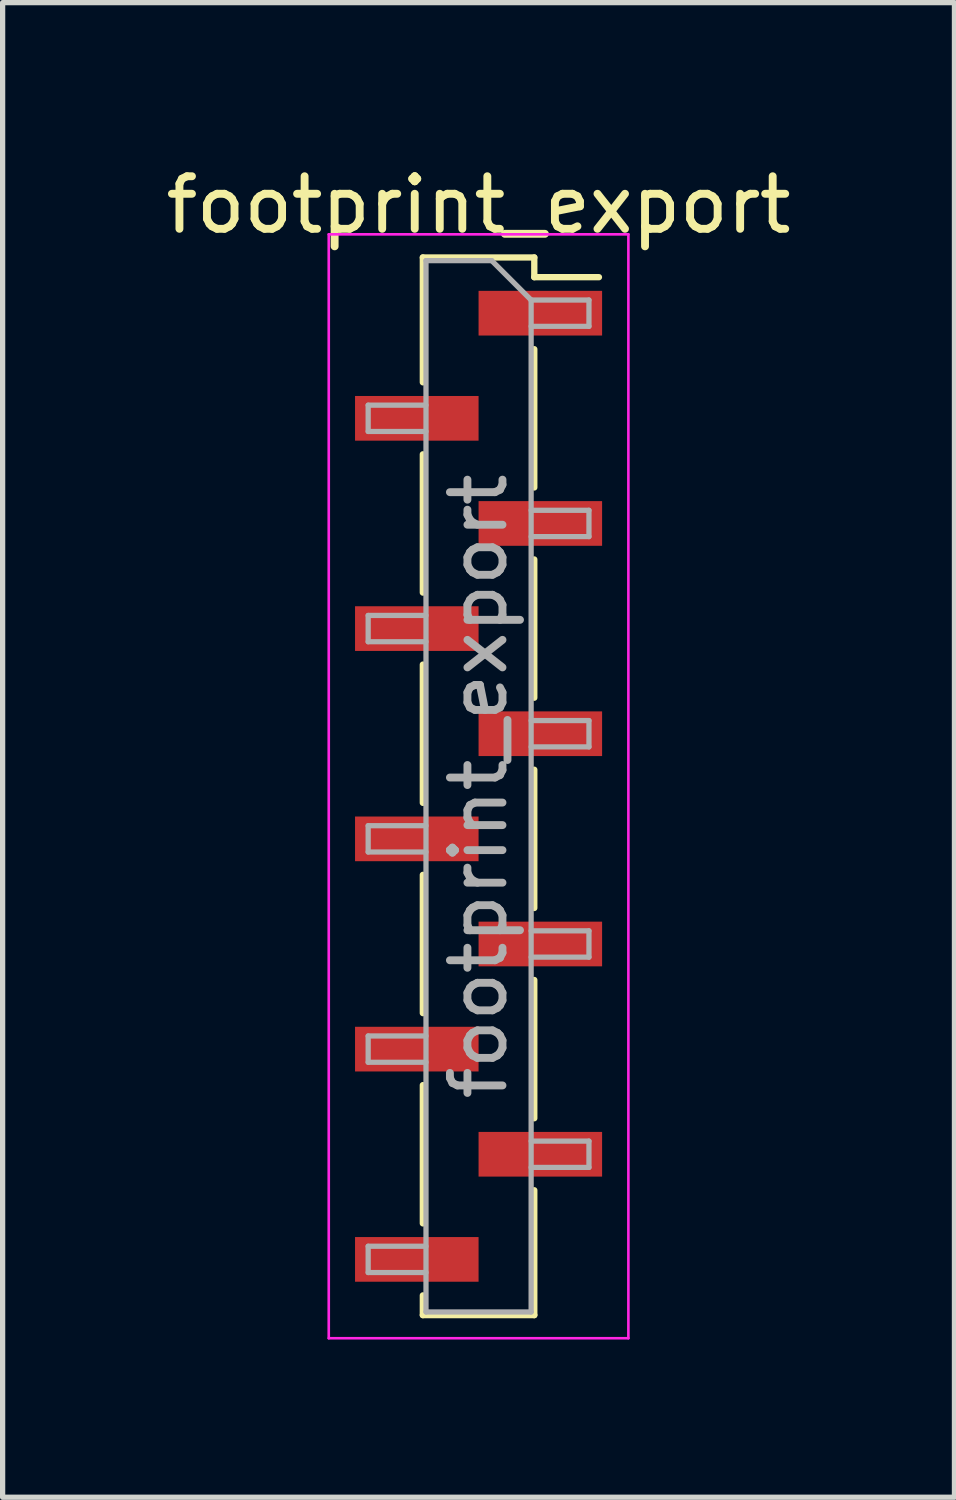
<source format=kicad_pcb>
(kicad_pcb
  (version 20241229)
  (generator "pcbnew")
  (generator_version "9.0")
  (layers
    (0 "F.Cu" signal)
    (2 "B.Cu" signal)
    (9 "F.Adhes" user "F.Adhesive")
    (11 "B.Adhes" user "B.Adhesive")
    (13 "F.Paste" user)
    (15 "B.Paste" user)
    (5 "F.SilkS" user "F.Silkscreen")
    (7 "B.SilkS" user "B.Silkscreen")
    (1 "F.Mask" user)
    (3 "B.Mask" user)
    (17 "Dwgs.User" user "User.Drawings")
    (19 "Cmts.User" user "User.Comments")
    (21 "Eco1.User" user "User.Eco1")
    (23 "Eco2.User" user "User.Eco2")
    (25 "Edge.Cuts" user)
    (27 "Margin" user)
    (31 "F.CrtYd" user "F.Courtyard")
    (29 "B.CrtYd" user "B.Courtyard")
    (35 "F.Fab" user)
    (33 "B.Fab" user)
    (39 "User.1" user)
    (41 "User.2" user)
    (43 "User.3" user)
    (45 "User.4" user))
  (footprint "footprint_export"
    (layer "F.Cu")
    (at 6.054 11.908)
    (property "Reference" "footprint_export" (at 0 -11.06 0) (layer "F.SilkS") (effects (font (size 1 1) (thickness 0.15))))
    (attr smd)
    (fp_line (start -1.06 -10.06) (end -1.06 -7.685) (stroke (width 0.12) (type solid)) (layer "F.SilkS"))
    (fp_line (start -1.06 -10.06) (end 1.06 -10.06) (stroke (width 0.12) (type solid)) (layer "F.SilkS"))
    (fp_line (start -1.06 -6.315) (end -1.06 -3.685) (stroke (width 0.12) (type solid)) (layer "F.SilkS"))
    (fp_line (start -1.06 -2.315) (end -1.06 0.315) (stroke (width 0.12) (type solid)) (layer "F.SilkS"))
    (fp_line (start -1.06 1.685) (end -1.06 4.315) (stroke (width 0.12) (type solid)) (layer "F.SilkS"))
    (fp_line (start -1.06 5.685) (end -1.06 8.315) (stroke (width 0.12) (type solid)) (layer "F.SilkS"))
    (fp_line (start -1.06 9.685) (end -1.06 10.06) (stroke (width 0.12) (type solid)) (layer "F.SilkS"))
    (fp_line (start -1.06 10.06) (end 1.06 10.06) (stroke (width 0.12) (type solid)) (layer "F.SilkS"))
    (fp_line (start 1.06 -10.06) (end 1.06 -9.685) (stroke (width 0.12) (type solid)) (layer "F.SilkS"))
    (fp_line (start 1.06 -9.685) (end 2.29 -9.685) (stroke (width 0.12) (type solid)) (layer "F.SilkS"))
    (fp_line (start 1.06 -8.315) (end 1.06 -5.685) (stroke (width 0.12) (type solid)) (layer "F.SilkS"))
    (fp_line (start 1.06 -4.315) (end 1.06 -1.685) (stroke (width 0.12) (type solid)) (layer "F.SilkS"))
    (fp_line (start 1.06 -0.315) (end 1.06 2.315) (stroke (width 0.12) (type solid)) (layer "F.SilkS"))
    (fp_line (start 1.06 3.685) (end 1.06 6.315) (stroke (width 0.12) (type solid)) (layer "F.SilkS"))
    (fp_line (start 1.06 7.685) (end 1.06 10.06) (stroke (width 0.12) (type solid)) (layer "F.SilkS"))
    (fp_line (start -2.85 -10.5) (end -2.85 10.5) (stroke (width 0.05) (type solid)) (layer "F.CrtYd"))
    (fp_line (start -2.85 10.5) (end 2.85 10.5) (stroke (width 0.05) (type solid)) (layer "F.CrtYd"))
    (fp_line (start 2.85 -10.5) (end -2.85 -10.5) (stroke (width 0.05) (type solid)) (layer "F.CrtYd"))
    (fp_line (start 2.85 10.5) (end 2.85 -10.5) (stroke (width 0.05) (type solid)) (layer "F.CrtYd"))
    (fp_line (start -2.1 -7.25) (end -2.1 -6.75) (stroke (width 0.1) (type solid)) (layer "F.Fab"))
    (fp_line (start -2.1 -6.75) (end -1 -6.75) (stroke (width 0.1) (type solid)) (layer "F.Fab"))
    (fp_line (start -2.1 -3.25) (end -2.1 -2.75) (stroke (width 0.1) (type solid)) (layer "F.Fab"))
    (fp_line (start -2.1 -2.75) (end -1 -2.75) (stroke (width 0.1) (type solid)) (layer "F.Fab"))
    (fp_line (start -2.1 0.75) (end -2.1 1.25) (stroke (width 0.1) (type solid)) (layer "F.Fab"))
    (fp_line (start -2.1 1.25) (end -1 1.25) (stroke (width 0.1) (type solid)) (layer "F.Fab"))
    (fp_line (start -2.1 4.75) (end -2.1 5.25) (stroke (width 0.1) (type solid)) (layer "F.Fab"))
    (fp_line (start -2.1 5.25) (end -1 5.25) (stroke (width 0.1) (type solid)) (layer "F.Fab"))
    (fp_line (start -2.1 8.75) (end -2.1 9.25) (stroke (width 0.1) (type solid)) (layer "F.Fab"))
    (fp_line (start -2.1 9.25) (end -1 9.25) (stroke (width 0.1) (type solid)) (layer "F.Fab"))
    (fp_line (start -1 -10) (end -1 10) (stroke (width 0.1) (type solid)) (layer "F.Fab"))
    (fp_line (start -1 -10) (end 0.25 -10) (stroke (width 0.1) (type solid)) (layer "F.Fab"))
    (fp_line (start -1 -7.25) (end -2.1 -7.25) (stroke (width 0.1) (type solid)) (layer "F.Fab"))
    (fp_line (start -1 -3.25) (end -2.1 -3.25) (stroke (width 0.1) (type solid)) (layer "F.Fab"))
    (fp_line (start -1 0.75) (end -2.1 0.75) (stroke (width 0.1) (type solid)) (layer "F.Fab"))
    (fp_line (start -1 4.75) (end -2.1 4.75) (stroke (width 0.1) (type solid)) (layer "F.Fab"))
    (fp_line (start -1 8.75) (end -2.1 8.75) (stroke (width 0.1) (type solid)) (layer "F.Fab"))
    (fp_line (start 1 -9.25) (end 0.25 -10) (stroke (width 0.1) (type solid)) (layer "F.Fab"))
    (fp_line (start 1 -9.25) (end 2.1 -9.25) (stroke (width 0.1) (type solid)) (layer "F.Fab"))
    (fp_line (start 1 -5.25) (end 2.1 -5.25) (stroke (width 0.1) (type solid)) (layer "F.Fab"))
    (fp_line (start 1 -1.25) (end 2.1 -1.25) (stroke (width 0.1) (type solid)) (layer "F.Fab"))
    (fp_line (start 1 2.75) (end 2.1 2.75) (stroke (width 0.1) (type solid)) (layer "F.Fab"))
    (fp_line (start 1 6.75) (end 2.1 6.75) (stroke (width 0.1) (type solid)) (layer "F.Fab"))
    (fp_line (start 1 10) (end -1 10) (stroke (width 0.1) (type solid)) (layer "F.Fab"))
    (fp_line (start 1 10) (end 1 -9.25) (stroke (width 0.1) (type solid)) (layer "F.Fab"))
    (fp_line (start 2.1 -9.25) (end 2.1 -8.75) (stroke (width 0.1) (type solid)) (layer "F.Fab"))
    (fp_line (start 2.1 -8.75) (end 1 -8.75) (stroke (width 0.1) (type solid)) (layer "F.Fab"))
    (fp_line (start 2.1 -5.25) (end 2.1 -4.75) (stroke (width 0.1) (type solid)) (layer "F.Fab"))
    (fp_line (start 2.1 -4.75) (end 1 -4.75) (stroke (width 0.1) (type solid)) (layer "F.Fab"))
    (fp_line (start 2.1 -1.25) (end 2.1 -0.75) (stroke (width 0.1) (type solid)) (layer "F.Fab"))
    (fp_line (start 2.1 -0.75) (end 1 -0.75) (stroke (width 0.1) (type solid)) (layer "F.Fab"))
    (fp_line (start 2.1 2.75) (end 2.1 3.25) (stroke (width 0.1) (type solid)) (layer "F.Fab"))
    (fp_line (start 2.1 3.25) (end 1 3.25) (stroke (width 0.1) (type solid)) (layer "F.Fab"))
    (fp_line (start 2.1 6.75) (end 2.1 7.25) (stroke (width 0.1) (type solid)) (layer "F.Fab"))
    (fp_line (start 2.1 7.25) (end 1 7.25) (stroke (width 0.1) (type solid)) (layer "F.Fab"))
    (fp_text user "${REFERENCE}" (at 0 0 90) (layer "F.Fab") (effects (font (size 1 1) (thickness 0.15))))
    (pad "1" smd rect (at 1.175 -9) (size 2.35 0.85) (layers "F.Cu" "F.Mask" "F.Paste"))
    (pad "2" smd rect (at -1.175 -7) (size 2.35 0.85) (layers "F.Cu" "F.Mask" "F.Paste"))
    (pad "3" smd rect (at 1.175 -5) (size 2.35 0.85) (layers "F.Cu" "F.Mask" "F.Paste"))
    (pad "4" smd rect (at -1.175 -3) (size 2.35 0.85) (layers "F.Cu" "F.Mask" "F.Paste"))
    (pad "5" smd rect (at 1.175 -1) (size 2.35 0.85) (layers "F.Cu" "F.Mask" "F.Paste"))
    (pad "6" smd rect (at -1.175 1) (size 2.35 0.85) (layers "F.Cu" "F.Mask" "F.Paste"))
    (pad "7" smd rect (at 1.175 3) (size 2.35 0.85) (layers "F.Cu" "F.Mask" "F.Paste"))
    (pad "8" smd rect (at -1.175 5) (size 2.35 0.85) (layers "F.Cu" "F.Mask" "F.Paste"))
    (pad "9" smd rect (at 1.175 7) (size 2.35 0.85) (layers "F.Cu" "F.Mask" "F.Paste"))
    (pad "10" smd rect (at -1.175 9) (size 2.35 0.85) (layers "F.Cu" "F.Mask" "F.Paste")))
  (gr_rect
    (start -3 -3)
    (end 15.107 25.433)
    (stroke (width 0.1) (type default))
    (fill no)
    (layer "Edge.Cuts")))
</source>
